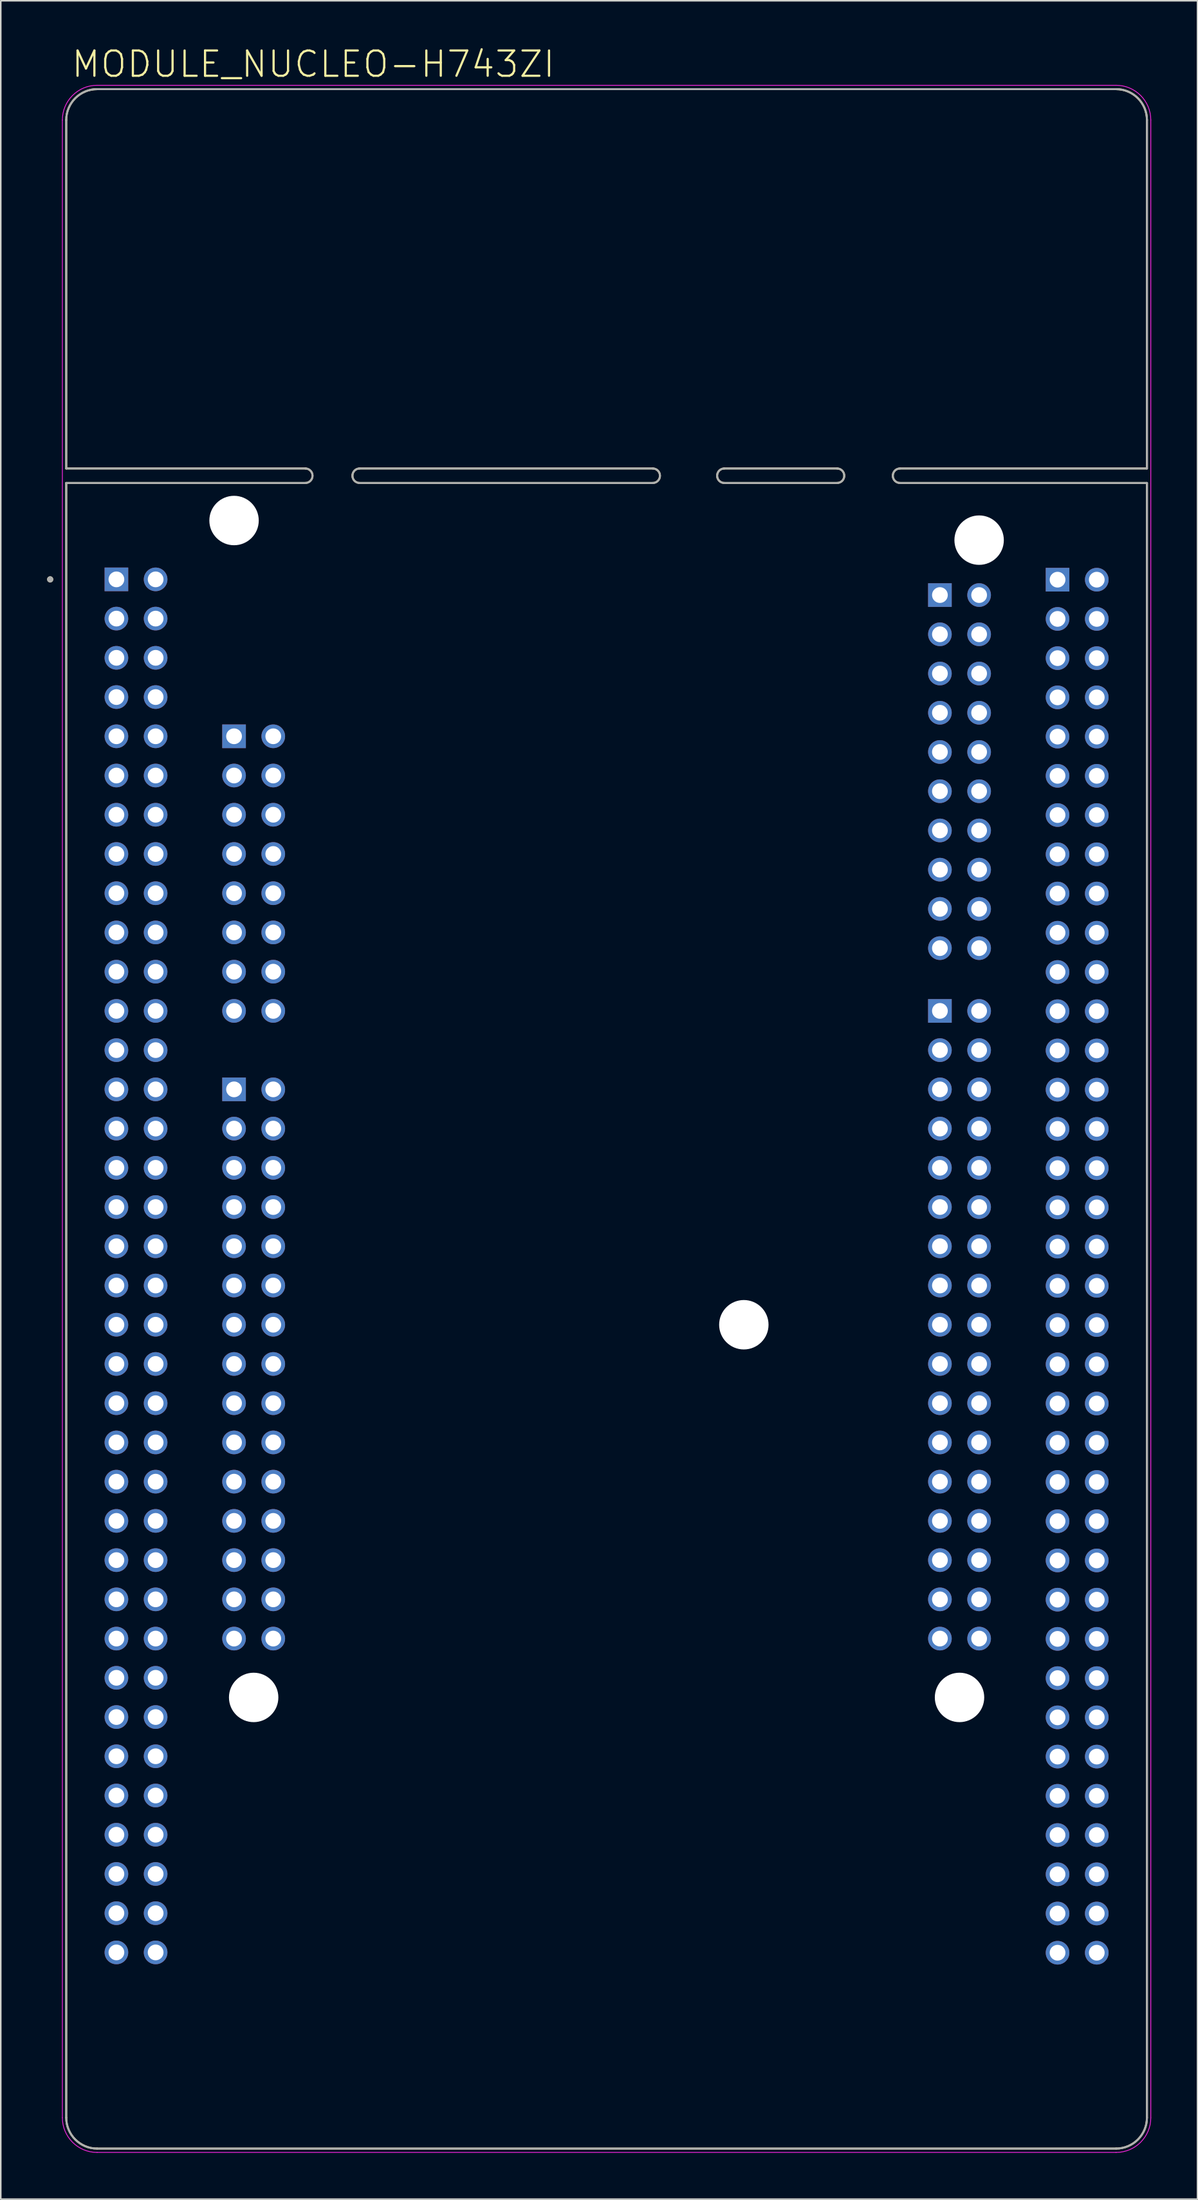
<source format=kicad_pcb>
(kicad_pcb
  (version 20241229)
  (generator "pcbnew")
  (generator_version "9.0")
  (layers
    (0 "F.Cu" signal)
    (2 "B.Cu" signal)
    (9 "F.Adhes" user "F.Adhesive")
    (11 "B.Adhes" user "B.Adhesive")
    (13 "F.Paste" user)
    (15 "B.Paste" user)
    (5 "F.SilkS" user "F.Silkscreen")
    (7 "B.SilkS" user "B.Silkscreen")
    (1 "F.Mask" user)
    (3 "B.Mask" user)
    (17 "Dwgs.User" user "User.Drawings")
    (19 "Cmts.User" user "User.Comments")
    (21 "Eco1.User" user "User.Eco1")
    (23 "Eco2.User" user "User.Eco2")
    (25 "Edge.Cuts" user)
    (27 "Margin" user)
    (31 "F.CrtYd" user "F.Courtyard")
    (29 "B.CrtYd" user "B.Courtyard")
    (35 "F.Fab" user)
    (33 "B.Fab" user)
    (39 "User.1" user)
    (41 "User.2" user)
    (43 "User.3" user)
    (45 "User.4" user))
  (footprint "MODULE_NUCLEO-H743ZI"
    (layer "F.Cu")
    (at 36.24 69.392)
    (property "Reference" "MODULE_NUCLEO-H743ZI" (at -34.75 -67.33 0) (layer "F.SilkS") (effects (font (size 1.636 1.636) (thickness 0.142)) (justify left bottom)))
    (fp_line (start -35 -64.67) (end -35 -42.11) (stroke (width 0.127) (type solid)) (layer "F.SilkS"))
    (fp_line (start -35 -42.11) (end -19.507 -42.11) (stroke (width 0.127) (type solid)) (layer "F.SilkS"))
    (fp_line (start -35 -41.17) (end -35 64.67) (stroke (width 0.127) (type solid)) (layer "F.SilkS"))
    (fp_line (start -35 -41.17) (end -19.507 -41.17) (stroke (width 0.127) (type solid)) (layer "F.SilkS"))
    (fp_line (start -33 66.67) (end 33 66.67) (stroke (width 0.127) (type solid)) (layer "F.SilkS"))
    (fp_line (start -16.002 -42.11) (end 2.997 -42.11) (stroke (width 0.127) (type solid)) (layer "F.SilkS"))
    (fp_line (start -16.002 -41.17) (end 2.997 -41.17) (stroke (width 0.127) (type solid)) (layer "F.SilkS"))
    (fp_line (start 7.62 -42.11) (end 14.935 -42.11) (stroke (width 0.127) (type solid)) (layer "F.SilkS"))
    (fp_line (start 7.62 -41.17) (end 14.935 -41.17) (stroke (width 0.127) (type solid)) (layer "F.SilkS"))
    (fp_line (start 18.999 -42.11) (end 35 -42.11) (stroke (width 0.127) (type solid)) (layer "F.SilkS"))
    (fp_line (start 18.999 -41.17) (end 35 -41.17) (stroke (width 0.127) (type solid)) (layer "F.SilkS"))
    (fp_line (start 33 -66.67) (end -33 -66.67) (stroke (width 0.127) (type solid)) (layer "F.SilkS"))
    (fp_line (start 35 -42.11) (end 35 -64.67) (stroke (width 0.127) (type solid)) (layer "F.SilkS"))
    (fp_line (start 35 64.67) (end 35 -41.17) (stroke (width 0.127) (type solid)) (layer "F.SilkS"))
    (fp_arc (start -35 -64.67) (mid -34.414214 -66.084214) (end -33 -66.67) (stroke (width 0.127) (type solid)) (layer "F.SilkS"))
    (fp_arc (start -33 66.67) (mid -34.414214 66.084214) (end -35 64.67) (stroke (width 0.127) (type solid)) (layer "F.SilkS"))
    (fp_arc (start -19.5072 -42.11) (mid -19.044602 -41.64) (end -19.507199 -41.17) (stroke (width 0.127) (type solid)) (layer "F.SilkS"))
    (fp_arc (start -16.002 -41.17) (mid -16.464597 -41.64) (end -16.001999 -42.11) (stroke (width 0.127) (type solid)) (layer "F.SilkS"))
    (fp_arc (start 2.9972 -42.11) (mid 3.459797 -41.64) (end 2.997199 -41.17) (stroke (width 0.127) (type solid)) (layer "F.SilkS"))
    (fp_arc (start 7.62 -41.17) (mid 7.157402 -41.64) (end 7.619999 -42.11) (stroke (width 0.127) (type solid)) (layer "F.SilkS"))
    (fp_arc (start 14.9352 -42.11) (mid 15.397797 -41.64) (end 14.935199 -41.17) (stroke (width 0.127) (type solid)) (layer "F.SilkS"))
    (fp_arc (start 18.9992 -41.17) (mid 18.536602 -41.64) (end 18.999199 -42.11) (stroke (width 0.127) (type solid)) (layer "F.SilkS"))
    (fp_arc (start 33 -66.67) (mid 34.414214 -66.084214) (end 35 -64.67) (stroke (width 0.127) (type solid)) (layer "F.SilkS"))
    (fp_arc (start 35 64.67) (mid 34.414214 66.084214) (end 33 66.67) (stroke (width 0.127) (type solid)) (layer "F.SilkS"))
    (fp_circle (center -36.04 -34.93) (end -35.94 -34.93) (stroke (width 0.2) (type solid)) (fill no) (layer "F.SilkS"))
    (fp_line (start -35.25 -64.67) (end -35.25 64.67) (stroke (width 0.05) (type solid)) (layer "F.CrtYd"))
    (fp_line (start -33 66.92) (end 33 66.92) (stroke (width 0.05) (type solid)) (layer "F.CrtYd"))
    (fp_line (start 33 -66.92) (end -33 -66.92) (stroke (width 0.05) (type solid)) (layer "F.CrtYd"))
    (fp_line (start 35.25 64.67) (end 35.25 -64.67) (stroke (width 0.05) (type solid)) (layer "F.CrtYd"))
    (fp_arc (start -35.25 -64.67) (mid -34.59099 -66.26099) (end -33 -66.92) (stroke (width 0.05) (type solid)) (layer "F.CrtYd"))
    (fp_arc (start -33 66.92) (mid -34.59099 66.26099) (end -35.25 64.67) (stroke (width 0.05) (type solid)) (layer "F.CrtYd"))
    (fp_arc (start 33 -66.92) (mid 34.59099 -66.26099) (end 35.25 -64.67) (stroke (width 0.05) (type solid)) (layer "F.CrtYd"))
    (fp_arc (start 35.25 64.67) (mid 34.59099 66.26099) (end 33 66.92) (stroke (width 0.05) (type solid)) (layer "F.CrtYd"))
    (fp_line (start -35 -64.67) (end -35 -42.11) (stroke (width 0.127) (type solid)) (layer "F.Fab"))
    (fp_line (start -35 -42.11) (end -19.507 -42.11) (stroke (width 0.127) (type solid)) (layer "F.Fab"))
    (fp_line (start -35 -41.17) (end -35 64.67) (stroke (width 0.127) (type solid)) (layer "F.Fab"))
    (fp_line (start -35 -41.17) (end -19.507 -41.17) (stroke (width 0.127) (type solid)) (layer "F.Fab"))
    (fp_line (start -33 66.67) (end 33 66.67) (stroke (width 0.127) (type solid)) (layer "F.Fab"))
    (fp_line (start -16.002 -42.11) (end 2.997 -42.11) (stroke (width 0.127) (type solid)) (layer "F.Fab"))
    (fp_line (start -16.002 -41.17) (end 2.997 -41.17) (stroke (width 0.127) (type solid)) (layer "F.Fab"))
    (fp_line (start 7.62 -42.11) (end 14.935 -42.11) (stroke (width 0.127) (type solid)) (layer "F.Fab"))
    (fp_line (start 7.62 -41.17) (end 14.935 -41.17) (stroke (width 0.127) (type solid)) (layer "F.Fab"))
    (fp_line (start 18.999 -42.11) (end 35 -42.11) (stroke (width 0.127) (type solid)) (layer "F.Fab"))
    (fp_line (start 18.999 -41.17) (end 35 -41.17) (stroke (width 0.127) (type solid)) (layer "F.Fab"))
    (fp_line (start 33 -66.67) (end -33 -66.67) (stroke (width 0.127) (type solid)) (layer "F.Fab"))
    (fp_line (start 35 -42.11) (end 35 -64.67) (stroke (width 0.127) (type solid)) (layer "F.Fab"))
    (fp_line (start 35 64.67) (end 35 -41.17) (stroke (width 0.127) (type solid)) (layer "F.Fab"))
    (fp_arc (start -35 -64.67) (mid -34.414214 -66.084214) (end -33 -66.67) (stroke (width 0.127) (type solid)) (layer "F.Fab"))
    (fp_arc (start -33 66.67) (mid -34.414214 66.084214) (end -35 64.67) (stroke (width 0.127) (type solid)) (layer "F.Fab"))
    (fp_arc (start -19.5072 -42.11) (mid -19.044602 -41.64) (end -19.507199 -41.17) (stroke (width 0.127) (type solid)) (layer "F.Fab"))
    (fp_arc (start -16.002 -41.17) (mid -16.464597 -41.64) (end -16.001999 -42.11) (stroke (width 0.127) (type solid)) (layer "F.Fab"))
    (fp_arc (start 2.9972 -42.11) (mid 3.459797 -41.64) (end 2.997199 -41.17) (stroke (width 0.127) (type solid)) (layer "F.Fab"))
    (fp_arc (start 7.62 -41.17) (mid 7.157402 -41.64) (end 7.619999 -42.11) (stroke (width 0.127) (type solid)) (layer "F.Fab"))
    (fp_arc (start 14.9352 -42.11) (mid 15.397797 -41.64) (end 14.935199 -41.17) (stroke (width 0.127) (type solid)) (layer "F.Fab"))
    (fp_arc (start 18.9992 -41.17) (mid 18.536602 -41.64) (end 18.999199 -42.11) (stroke (width 0.127) (type solid)) (layer "F.Fab"))
    (fp_arc (start 33 -66.67) (mid 34.414214 -66.084214) (end 35 -64.67) (stroke (width 0.127) (type solid)) (layer "F.Fab"))
    (fp_arc (start 35 64.67) (mid 34.414214 66.084214) (end 33 66.67) (stroke (width 0.127) (type solid)) (layer "F.Fab"))
    (fp_circle (center -36.04 -34.93) (end -35.94 -34.93) (stroke (width 0.2) (type solid)) (fill no) (layer "F.Fab"))
    (pad "" np_thru_hole circle (at -24.13 -38.74) (size 3.2 3.2) (drill 3.2) (layers "*.Cu" "*.Mask"))
    (pad "" np_thru_hole circle (at -22.86 37.46) (size 3.2 3.2) (drill 3.2) (layers "*.Cu" "*.Mask"))
    (pad "" np_thru_hole circle (at 8.89 13.33) (size 3.2 3.2) (drill 3.2) (layers "*.Cu" "*.Mask"))
    (pad "" np_thru_hole circle (at 22.86 37.46) (size 3.2 3.2) (drill 3.2) (layers "*.Cu" "*.Mask"))
    (pad "" np_thru_hole circle (at 24.13 -37.47) (size 3.2 3.2) (drill 3.2) (layers "*.Cu" "*.Mask"))
    (pad "CN7_1" thru_hole rect (at 21.59 -33.914) (size 1.53 1.53) (drill 1.02) (layers "*.Cu" "*.Mask"))
    (pad "CN7_2" thru_hole circle (at 24.13 -33.914) (size 1.53 1.53) (drill 1.02) (layers "*.Cu" "*.Mask"))
    (pad "CN7_3" thru_hole circle (at 21.59 -31.374) (size 1.53 1.53) (drill 1.02) (layers "*.Cu" "*.Mask"))
    (pad "CN7_4" thru_hole circle (at 24.13 -31.374) (size 1.53 1.53) (drill 1.02) (layers "*.Cu" "*.Mask"))
    (pad "CN7_5" thru_hole circle (at 21.59 -28.834) (size 1.53 1.53) (drill 1.02) (layers "*.Cu" "*.Mask"))
    (pad "CN7_6" thru_hole circle (at 24.13 -28.834) (size 1.53 1.53) (drill 1.02) (layers "*.Cu" "*.Mask"))
    (pad "CN7_7" thru_hole circle (at 21.59 -26.294) (size 1.53 1.53) (drill 1.02) (layers "*.Cu" "*.Mask"))
    (pad "CN7_8" thru_hole circle (at 24.13 -26.294) (size 1.53 1.53) (drill 1.02) (layers "*.Cu" "*.Mask"))
    (pad "CN7_9" thru_hole circle (at 21.59 -23.754) (size 1.53 1.53) (drill 1.02) (layers "*.Cu" "*.Mask"))
    (pad "CN7_10" thru_hole circle (at 24.13 -23.754) (size 1.53 1.53) (drill 1.02) (layers "*.Cu" "*.Mask"))
    (pad "CN7_11" thru_hole circle (at 21.59 -21.214) (size 1.53 1.53) (drill 1.02) (layers "*.Cu" "*.Mask"))
    (pad "CN7_12" thru_hole circle (at 24.13 -21.214) (size 1.53 1.53) (drill 1.02) (layers "*.Cu" "*.Mask"))
    (pad "CN7_13" thru_hole circle (at 21.59 -18.674) (size 1.53 1.53) (drill 1.02) (layers "*.Cu" "*.Mask"))
    (pad "CN7_14" thru_hole circle (at 24.13 -18.674) (size 1.53 1.53) (drill 1.02) (layers "*.Cu" "*.Mask"))
    (pad "CN7_15" thru_hole circle (at 21.59 -16.134) (size 1.53 1.53) (drill 1.02) (layers "*.Cu" "*.Mask"))
    (pad "CN7_16" thru_hole circle (at 24.13 -16.134) (size 1.53 1.53) (drill 1.02) (layers "*.Cu" "*.Mask"))
    (pad "CN7_17" thru_hole circle (at 21.59 -13.594) (size 1.53 1.53) (drill 1.02) (layers "*.Cu" "*.Mask"))
    (pad "CN7_18" thru_hole circle (at 24.13 -13.594) (size 1.53 1.53) (drill 1.02) (layers "*.Cu" "*.Mask"))
    (pad "CN7_19" thru_hole circle (at 21.59 -11.054) (size 1.53 1.53) (drill 1.02) (layers "*.Cu" "*.Mask"))
    (pad "CN7_20" thru_hole circle (at 24.13 -11.054) (size 1.53 1.53) (drill 1.02) (layers "*.Cu" "*.Mask"))
    (pad "CN8_1" thru_hole rect (at -24.13 -24.77) (size 1.53 1.53) (drill 1.02) (layers "*.Cu" "*.Mask"))
    (pad "CN8_2" thru_hole circle (at -21.59 -24.77) (size 1.53 1.53) (drill 1.02) (layers "*.Cu" "*.Mask"))
    (pad "CN8_3" thru_hole circle (at -24.13 -22.23) (size 1.53 1.53) (drill 1.02) (layers "*.Cu" "*.Mask"))
    (pad "CN8_4" thru_hole circle (at -21.59 -22.23) (size 1.53 1.53) (drill 1.02) (layers "*.Cu" "*.Mask"))
    (pad "CN8_5" thru_hole circle (at -24.13 -19.69) (size 1.53 1.53) (drill 1.02) (layers "*.Cu" "*.Mask"))
    (pad "CN8_6" thru_hole circle (at -21.59 -19.69) (size 1.53 1.53) (drill 1.02) (layers "*.Cu" "*.Mask"))
    (pad "CN8_7" thru_hole circle (at -24.13 -17.15) (size 1.53 1.53) (drill 1.02) (layers "*.Cu" "*.Mask"))
    (pad "CN8_8" thru_hole circle (at -21.59 -17.15) (size 1.53 1.53) (drill 1.02) (layers "*.Cu" "*.Mask"))
    (pad "CN8_9" thru_hole circle (at -24.13 -14.61) (size 1.53 1.53) (drill 1.02) (layers "*.Cu" "*.Mask"))
    (pad "CN8_10" thru_hole circle (at -21.59 -14.61) (size 1.53 1.53) (drill 1.02) (layers "*.Cu" "*.Mask"))
    (pad "CN8_11" thru_hole circle (at -24.13 -12.07) (size 1.53 1.53) (drill 1.02) (layers "*.Cu" "*.Mask"))
    (pad "CN8_12" thru_hole circle (at -21.59 -12.07) (size 1.53 1.53) (drill 1.02) (layers "*.Cu" "*.Mask"))
    (pad "CN8_13" thru_hole circle (at -24.13 -9.53) (size 1.53 1.53) (drill 1.02) (layers "*.Cu" "*.Mask"))
    (pad "CN8_14" thru_hole circle (at -21.59 -9.53) (size 1.53 1.53) (drill 1.02) (layers "*.Cu" "*.Mask"))
    (pad "CN8_15" thru_hole circle (at -24.13 -6.99) (size 1.53 1.53) (drill 1.02) (layers "*.Cu" "*.Mask"))
    (pad "CN8_16" thru_hole circle (at -21.59 -6.99) (size 1.53 1.53) (drill 1.02) (layers "*.Cu" "*.Mask"))
    (pad "CN9_1" thru_hole rect (at -24.13 -1.91) (size 1.53 1.53) (drill 1.02) (layers "*.Cu" "*.Mask"))
    (pad "CN9_2" thru_hole circle (at -21.59 -1.91) (size 1.53 1.53) (drill 1.02) (layers "*.Cu" "*.Mask"))
    (pad "CN9_3" thru_hole circle (at -24.13 0.63) (size 1.53 1.53) (drill 1.02) (layers "*.Cu" "*.Mask"))
    (pad "CN9_4" thru_hole circle (at -21.59 0.63) (size 1.53 1.53) (drill 1.02) (layers "*.Cu" "*.Mask"))
    (pad "CN9_5" thru_hole circle (at -24.13 3.17) (size 1.53 1.53) (drill 1.02) (layers "*.Cu" "*.Mask"))
    (pad "CN9_6" thru_hole circle (at -21.59 3.17) (size 1.53 1.53) (drill 1.02) (layers "*.Cu" "*.Mask"))
    (pad "CN9_7" thru_hole circle (at -24.13 5.71) (size 1.53 1.53) (drill 1.02) (layers "*.Cu" "*.Mask"))
    (pad "CN9_8" thru_hole circle (at -21.59 5.71) (size 1.53 1.53) (drill 1.02) (layers "*.Cu" "*.Mask"))
    (pad "CN9_9" thru_hole circle (at -24.13 8.25) (size 1.53 1.53) (drill 1.02) (layers "*.Cu" "*.Mask"))
    (pad "CN9_10" thru_hole circle (at -21.59 8.25) (size 1.53 1.53) (drill 1.02) (layers "*.Cu" "*.Mask"))
    (pad "CN9_11" thru_hole circle (at -24.13 10.79) (size 1.53 1.53) (drill 1.02) (layers "*.Cu" "*.Mask"))
    (pad "CN9_12" thru_hole circle (at -21.59 10.79) (size 1.53 1.53) (drill 1.02) (layers "*.Cu" "*.Mask"))
    (pad "CN9_13" thru_hole circle (at -24.13 13.33) (size 1.53 1.53) (drill 1.02) (layers "*.Cu" "*.Mask"))
    (pad "CN9_14" thru_hole circle (at -21.59 13.33) (size 1.53 1.53) (drill 1.02) (layers "*.Cu" "*.Mask"))
    (pad "CN9_15" thru_hole circle (at -24.13 15.87) (size 1.53 1.53) (drill 1.02) (layers "*.Cu" "*.Mask"))
    (pad "CN9_16" thru_hole circle (at -21.59 15.87) (size 1.53 1.53) (drill 1.02) (layers "*.Cu" "*.Mask"))
    (pad "CN9_17" thru_hole circle (at -24.13 18.41) (size 1.53 1.53) (drill 1.02) (layers "*.Cu" "*.Mask"))
    (pad "CN9_18" thru_hole circle (at -21.59 18.41) (size 1.53 1.53) (drill 1.02) (layers "*.Cu" "*.Mask"))
    (pad "CN9_19" thru_hole circle (at -24.13 20.95) (size 1.53 1.53) (drill 1.02) (layers "*.Cu" "*.Mask"))
    (pad "CN9_20" thru_hole circle (at -21.59 20.95) (size 1.53 1.53) (drill 1.02) (layers "*.Cu" "*.Mask"))
    (pad "CN9_21" thru_hole circle (at -24.13 23.49) (size 1.53 1.53) (drill 1.02) (layers "*.Cu" "*.Mask"))
    (pad "CN9_22" thru_hole circle (at -21.59 23.49) (size 1.53 1.53) (drill 1.02) (layers "*.Cu" "*.Mask"))
    (pad "CN9_23" thru_hole circle (at -24.13 26.03) (size 1.53 1.53) (drill 1.02) (layers "*.Cu" "*.Mask"))
    (pad "CN9_24" thru_hole circle (at -21.59 26.03) (size 1.53 1.53) (drill 1.02) (layers "*.Cu" "*.Mask"))
    (pad "CN9_25" thru_hole circle (at -24.13 28.57) (size 1.53 1.53) (drill 1.02) (layers "*.Cu" "*.Mask"))
    (pad "CN9_26" thru_hole circle (at -21.59 28.57) (size 1.53 1.53) (drill 1.02) (layers "*.Cu" "*.Mask"))
    (pad "CN9_27" thru_hole circle (at -24.13 31.11) (size 1.53 1.53) (drill 1.02) (layers "*.Cu" "*.Mask"))
    (pad "CN9_28" thru_hole circle (at -21.59 31.11) (size 1.53 1.53) (drill 1.02) (layers "*.Cu" "*.Mask"))
    (pad "CN9_29" thru_hole circle (at -24.13 33.65) (size 1.53 1.53) (drill 1.02) (layers "*.Cu" "*.Mask"))
    (pad "CN9_30" thru_hole circle (at -21.59 33.65) (size 1.53 1.53) (drill 1.02) (layers "*.Cu" "*.Mask"))
    (pad "CN10_1" thru_hole rect (at 21.59 -6.99) (size 1.53 1.53) (drill 1.02) (layers "*.Cu" "*.Mask"))
    (pad "CN10_2" thru_hole circle (at 24.13 -6.99) (size 1.53 1.53) (drill 1.02) (layers "*.Cu" "*.Mask"))
    (pad "CN10_3" thru_hole circle (at 21.59 -4.45) (size 1.53 1.53) (drill 1.02) (layers "*.Cu" "*.Mask"))
    (pad "CN10_4" thru_hole circle (at 24.13 -4.45) (size 1.53 1.53) (drill 1.02) (layers "*.Cu" "*.Mask"))
    (pad "CN10_5" thru_hole circle (at 21.59 -1.91) (size 1.53 1.53) (drill 1.02) (layers "*.Cu" "*.Mask"))
    (pad "CN10_6" thru_hole circle (at 24.13 -1.91) (size 1.53 1.53) (drill 1.02) (layers "*.Cu" "*.Mask"))
    (pad "CN10_7" thru_hole circle (at 21.59 0.63) (size 1.53 1.53) (drill 1.02) (layers "*.Cu" "*.Mask"))
    (pad "CN10_8" thru_hole circle (at 24.13 0.63) (size 1.53 1.53) (drill 1.02) (layers "*.Cu" "*.Mask"))
    (pad "CN10_9" thru_hole circle (at 21.59 3.17) (size 1.53 1.53) (drill 1.02) (layers "*.Cu" "*.Mask"))
    (pad "CN10_10" thru_hole circle (at 24.13 3.17) (size 1.53 1.53) (drill 1.02) (layers "*.Cu" "*.Mask"))
    (pad "CN10_11" thru_hole circle (at 21.59 5.71) (size 1.53 1.53) (drill 1.02) (layers "*.Cu" "*.Mask"))
    (pad "CN10_12" thru_hole circle (at 24.13 5.71) (size 1.53 1.53) (drill 1.02) (layers "*.Cu" "*.Mask"))
    (pad "CN10_13" thru_hole circle (at 21.59 8.25) (size 1.53 1.53) (drill 1.02) (layers "*.Cu" "*.Mask"))
    (pad "CN10_14" thru_hole circle (at 24.13 8.25) (size 1.53 1.53) (drill 1.02) (layers "*.Cu" "*.Mask"))
    (pad "CN10_15" thru_hole circle (at 21.59 10.79) (size 1.53 1.53) (drill 1.02) (layers "*.Cu" "*.Mask"))
    (pad "CN10_16" thru_hole circle (at 24.13 10.79) (size 1.53 1.53) (drill 1.02) (layers "*.Cu" "*.Mask"))
    (pad "CN10_17" thru_hole circle (at 21.59 13.33) (size 1.53 1.53) (drill 1.02) (layers "*.Cu" "*.Mask"))
    (pad "CN10_18" thru_hole circle (at 24.13 13.33) (size 1.53 1.53) (drill 1.02) (layers "*.Cu" "*.Mask"))
    (pad "CN10_19" thru_hole circle (at 21.59 15.87) (size 1.53 1.53) (drill 1.02) (layers "*.Cu" "*.Mask"))
    (pad "CN10_20" thru_hole circle (at 24.13 15.87) (size 1.53 1.53) (drill 1.02) (layers "*.Cu" "*.Mask"))
    (pad "CN10_21" thru_hole circle (at 21.59 18.41) (size 1.53 1.53) (drill 1.02) (layers "*.Cu" "*.Mask"))
    (pad "CN10_22" thru_hole circle (at 24.13 18.41) (size 1.53 1.53) (drill 1.02) (layers "*.Cu" "*.Mask"))
    (pad "CN10_23" thru_hole circle (at 21.59 20.95) (size 1.53 1.53) (drill 1.02) (layers "*.Cu" "*.Mask"))
    (pad "CN10_24" thru_hole circle (at 24.13 20.95) (size 1.53 1.53) (drill 1.02) (layers "*.Cu" "*.Mask"))
    (pad "CN10_25" thru_hole circle (at 21.59 23.49) (size 1.53 1.53) (drill 1.02) (layers "*.Cu" "*.Mask"))
    (pad "CN10_26" thru_hole circle (at 24.13 23.49) (size 1.53 1.53) (drill 1.02) (layers "*.Cu" "*.Mask"))
    (pad "CN10_27" thru_hole circle (at 21.59 26.03) (size 1.53 1.53) (drill 1.02) (layers "*.Cu" "*.Mask"))
    (pad "CN10_28" thru_hole circle (at 24.13 26.03) (size 1.53 1.53) (drill 1.02) (layers "*.Cu" "*.Mask"))
    (pad "CN10_29" thru_hole circle (at 21.59 28.57) (size 1.53 1.53) (drill 1.02) (layers "*.Cu" "*.Mask"))
    (pad "CN10_30" thru_hole circle (at 24.13 28.57) (size 1.53 1.53) (drill 1.02) (layers "*.Cu" "*.Mask"))
    (pad "CN10_31" thru_hole circle (at 21.59 31.11) (size 1.53 1.53) (drill 1.02) (layers "*.Cu" "*.Mask"))
    (pad "CN10_32" thru_hole circle (at 24.13 31.11) (size 1.53 1.53) (drill 1.02) (layers "*.Cu" "*.Mask"))
    (pad "CN10_33" thru_hole circle (at 21.59 33.65) (size 1.53 1.53) (drill 1.02) (layers "*.Cu" "*.Mask"))
    (pad "CN10_34" thru_hole circle (at 24.13 33.65) (size 1.53 1.53) (drill 1.02) (layers "*.Cu" "*.Mask"))
    (pad "CN11_1" thru_hole rect (at -31.75 -34.93) (size 1.53 1.53) (drill 1.02) (layers "*.Cu" "*.Mask"))
    (pad "CN11_2" thru_hole circle (at -29.21 -34.93) (size 1.53 1.53) (drill 1.02) (layers "*.Cu" "*.Mask"))
    (pad "CN11_3" thru_hole circle (at -31.75 -32.39) (size 1.53 1.53) (drill 1.02) (layers "*.Cu" "*.Mask"))
    (pad "CN11_4" thru_hole circle (at -29.21 -32.39) (size 1.53 1.53) (drill 1.02) (layers "*.Cu" "*.Mask"))
    (pad "CN11_5" thru_hole circle (at -31.75 -29.85) (size 1.53 1.53) (drill 1.02) (layers "*.Cu" "*.Mask"))
    (pad "CN11_6" thru_hole circle (at -29.21 -29.85) (size 1.53 1.53) (drill 1.02) (layers "*.Cu" "*.Mask"))
    (pad "CN11_7" thru_hole circle (at -31.75 -27.31) (size 1.53 1.53) (drill 1.02) (layers "*.Cu" "*.Mask"))
    (pad "CN11_8" thru_hole circle (at -29.21 -27.31) (size 1.53 1.53) (drill 1.02) (layers "*.Cu" "*.Mask"))
    (pad "CN11_9" thru_hole circle (at -31.75 -24.77) (size 1.53 1.53) (drill 1.02) (layers "*.Cu" "*.Mask"))
    (pad "CN11_10" thru_hole circle (at -29.21 -24.77) (size 1.53 1.53) (drill 1.02) (layers "*.Cu" "*.Mask"))
    (pad "CN11_11" thru_hole circle (at -31.75 -22.23) (size 1.53 1.53) (drill 1.02) (layers "*.Cu" "*.Mask"))
    (pad "CN11_12" thru_hole circle (at -29.21 -22.23) (size 1.53 1.53) (drill 1.02) (layers "*.Cu" "*.Mask"))
    (pad "CN11_13" thru_hole circle (at -31.75 -19.69) (size 1.53 1.53) (drill 1.02) (layers "*.Cu" "*.Mask"))
    (pad "CN11_14" thru_hole circle (at -29.21 -19.69) (size 1.53 1.53) (drill 1.02) (layers "*.Cu" "*.Mask"))
    (pad "CN11_15" thru_hole circle (at -31.75 -17.15) (size 1.53 1.53) (drill 1.02) (layers "*.Cu" "*.Mask"))
    (pad "CN11_16" thru_hole circle (at -29.21 -17.15) (size 1.53 1.53) (drill 1.02) (layers "*.Cu" "*.Mask"))
    (pad "CN11_17" thru_hole circle (at -31.75 -14.61) (size 1.53 1.53) (drill 1.02) (layers "*.Cu" "*.Mask"))
    (pad "CN11_18" thru_hole circle (at -29.21 -14.61) (size 1.53 1.53) (drill 1.02) (layers "*.Cu" "*.Mask"))
    (pad "CN11_19" thru_hole circle (at -31.75 -12.07) (size 1.53 1.53) (drill 1.02) (layers "*.Cu" "*.Mask"))
    (pad "CN11_20" thru_hole circle (at -29.21 -12.07) (size 1.53 1.53) (drill 1.02) (layers "*.Cu" "*.Mask"))
    (pad "CN11_21" thru_hole circle (at -31.75 -9.53) (size 1.53 1.53) (drill 1.02) (layers "*.Cu" "*.Mask"))
    (pad "CN11_22" thru_hole circle (at -29.21 -9.53) (size 1.53 1.53) (drill 1.02) (layers "*.Cu" "*.Mask"))
    (pad "CN11_23" thru_hole circle (at -31.75 -6.99) (size 1.53 1.53) (drill 1.02) (layers "*.Cu" "*.Mask"))
    (pad "CN11_24" thru_hole circle (at -29.21 -6.99) (size 1.53 1.53) (drill 1.02) (layers "*.Cu" "*.Mask"))
    (pad "CN11_25" thru_hole circle (at -31.75 -4.45) (size 1.53 1.53) (drill 1.02) (layers "*.Cu" "*.Mask"))
    (pad "CN11_26" thru_hole circle (at -29.21 -4.45) (size 1.53 1.53) (drill 1.02) (layers "*.Cu" "*.Mask"))
    (pad "CN11_27" thru_hole circle (at -31.75 -1.91) (size 1.53 1.53) (drill 1.02) (layers "*.Cu" "*.Mask"))
    (pad "CN11_28" thru_hole circle (at -29.21 -1.91) (size 1.53 1.53) (drill 1.02) (layers "*.Cu" "*.Mask"))
    (pad "CN11_29" thru_hole circle (at -31.75 0.63) (size 1.53 1.53) (drill 1.02) (layers "*.Cu" "*.Mask"))
    (pad "CN11_30" thru_hole circle (at -29.21 0.63) (size 1.53 1.53) (drill 1.02) (layers "*.Cu" "*.Mask"))
    (pad "CN11_31" thru_hole circle (at -31.75 3.17) (size 1.53 1.53) (drill 1.02) (layers "*.Cu" "*.Mask"))
    (pad "CN11_32" thru_hole circle (at -29.21 3.17) (size 1.53 1.53) (drill 1.02) (layers "*.Cu" "*.Mask"))
    (pad "CN11_33" thru_hole circle (at -31.75 5.71) (size 1.53 1.53) (drill 1.02) (layers "*.Cu" "*.Mask"))
    (pad "CN11_34" thru_hole circle (at -29.21 5.71) (size 1.53 1.53) (drill 1.02) (layers "*.Cu" "*.Mask"))
    (pad "CN11_35" thru_hole circle (at -31.75 8.25) (size 1.53 1.53) (drill 1.02) (layers "*.Cu" "*.Mask"))
    (pad "CN11_36" thru_hole circle (at -29.21 8.25) (size 1.53 1.53) (drill 1.02) (layers "*.Cu" "*.Mask"))
    (pad "CN11_37" thru_hole circle (at -31.75 10.79) (size 1.53 1.53) (drill 1.02) (layers "*.Cu" "*.Mask"))
    (pad "CN11_38" thru_hole circle (at -29.21 10.79) (size 1.53 1.53) (drill 1.02) (layers "*.Cu" "*.Mask"))
    (pad "CN11_39" thru_hole circle (at -31.75 13.33) (size 1.53 1.53) (drill 1.02) (layers "*.Cu" "*.Mask"))
    (pad "CN11_40" thru_hole circle (at -29.21 13.33) (size 1.53 1.53) (drill 1.02) (layers "*.Cu" "*.Mask"))
    (pad "CN11_41" thru_hole circle (at -31.75 15.87) (size 1.53 1.53) (drill 1.02) (layers "*.Cu" "*.Mask"))
    (pad "CN11_42" thru_hole circle (at -29.21 15.87) (size 1.53 1.53) (drill 1.02) (layers "*.Cu" "*.Mask"))
    (pad "CN11_43" thru_hole circle (at -31.75 18.41) (size 1.53 1.53) (drill 1.02) (layers "*.Cu" "*.Mask"))
    (pad "CN11_44" thru_hole circle (at -29.21 18.41) (size 1.53 1.53) (drill 1.02) (layers "*.Cu" "*.Mask"))
    (pad "CN11_45" thru_hole circle (at -31.75 20.95) (size 1.53 1.53) (drill 1.02) (layers "*.Cu" "*.Mask"))
    (pad "CN11_46" thru_hole circle (at -29.21 20.95) (size 1.53 1.53) (drill 1.02) (layers "*.Cu" "*.Mask"))
    (pad "CN11_47" thru_hole circle (at -31.75 23.49) (size 1.53 1.53) (drill 1.02) (layers "*.Cu" "*.Mask"))
    (pad "CN11_48" thru_hole circle (at -29.21 23.49) (size 1.53 1.53) (drill 1.02) (layers "*.Cu" "*.Mask"))
    (pad "CN11_49" thru_hole circle (at -31.75 26.03) (size 1.53 1.53) (drill 1.02) (layers "*.Cu" "*.Mask"))
    (pad "CN11_50" thru_hole circle (at -29.21 26.03) (size 1.53 1.53) (drill 1.02) (layers "*.Cu" "*.Mask"))
    (pad "CN11_51" thru_hole circle (at -31.75 28.57) (size 1.53 1.53) (drill 1.02) (layers "*.Cu" "*.Mask"))
    (pad "CN11_52" thru_hole circle (at -29.21 28.57) (size 1.53 1.53) (drill 1.02) (layers "*.Cu" "*.Mask"))
    (pad "CN11_53" thru_hole circle (at -31.75 31.11) (size 1.53 1.53) (drill 1.02) (layers "*.Cu" "*.Mask"))
    (pad "CN11_54" thru_hole circle (at -29.21 31.11) (size 1.53 1.53) (drill 1.02) (layers "*.Cu" "*.Mask"))
    (pad "CN11_55" thru_hole circle (at -31.75 33.65) (size 1.53 1.53) (drill 1.02) (layers "*.Cu" "*.Mask"))
    (pad "CN11_56" thru_hole circle (at -29.21 33.65) (size 1.53 1.53) (drill 1.02) (layers "*.Cu" "*.Mask"))
    (pad "CN11_57" thru_hole circle (at -31.75 36.19) (size 1.53 1.53) (drill 1.02) (layers "*.Cu" "*.Mask"))
    (pad "CN11_58" thru_hole circle (at -29.21 36.19) (size 1.53 1.53) (drill 1.02) (layers "*.Cu" "*.Mask"))
    (pad "CN11_59" thru_hole circle (at -31.75 38.73) (size 1.53 1.53) (drill 1.02) (layers "*.Cu" "*.Mask"))
    (pad "CN11_60" thru_hole circle (at -29.21 38.73) (size 1.53 1.53) (drill 1.02) (layers "*.Cu" "*.Mask"))
    (pad "CN11_61" thru_hole circle (at -31.75 41.27) (size 1.53 1.53) (drill 1.02) (layers "*.Cu" "*.Mask"))
    (pad "CN11_62" thru_hole circle (at -29.21 41.27) (size 1.53 1.53) (drill 1.02) (layers "*.Cu" "*.Mask"))
    (pad "CN11_63" thru_hole circle (at -31.75 43.81) (size 1.53 1.53) (drill 1.02) (layers "*.Cu" "*.Mask"))
    (pad "CN11_64" thru_hole circle (at -29.21 43.81) (size 1.53 1.53) (drill 1.02) (layers "*.Cu" "*.Mask"))
    (pad "CN11_65" thru_hole circle (at -31.75 46.35) (size 1.53 1.53) (drill 1.02) (layers "*.Cu" "*.Mask"))
    (pad "CN11_66" thru_hole circle (at -29.21 46.35) (size 1.53 1.53) (drill 1.02) (layers "*.Cu" "*.Mask"))
    (pad "CN11_67" thru_hole circle (at -31.75 48.89) (size 1.53 1.53) (drill 1.02) (layers "*.Cu" "*.Mask"))
    (pad "CN11_68" thru_hole circle (at -29.21 48.89) (size 1.53 1.53) (drill 1.02) (layers "*.Cu" "*.Mask"))
    (pad "CN11_69" thru_hole circle (at -31.75 51.43) (size 1.53 1.53) (drill 1.02) (layers "*.Cu" "*.Mask"))
    (pad "CN11_70" thru_hole circle (at -29.21 51.43) (size 1.53 1.53) (drill 1.02) (layers "*.Cu" "*.Mask"))
    (pad "CN11_71" thru_hole circle (at -31.75 53.97) (size 1.53 1.53) (drill 1.02) (layers "*.Cu" "*.Mask"))
    (pad "CN11_72" thru_hole circle (at -29.21 53.97) (size 1.53 1.53) (drill 1.02) (layers "*.Cu" "*.Mask"))
    (pad "CN12_1" thru_hole rect (at 29.21 -34.91) (size 1.53 1.53) (drill 1.02) (layers "*.Cu" "*.Mask"))
    (pad "CN12_2" thru_hole circle (at 31.75 -34.91) (size 1.53 1.53) (drill 1.02) (layers "*.Cu" "*.Mask"))
    (pad "CN12_3" thru_hole circle (at 29.21 -32.37) (size 1.53 1.53) (drill 1.02) (layers "*.Cu" "*.Mask"))
    (pad "CN12_4" thru_hole circle (at 31.75 -32.37) (size 1.53 1.53) (drill 1.02) (layers "*.Cu" "*.Mask"))
    (pad "CN12_5" thru_hole circle (at 29.21 -29.83) (size 1.53 1.53) (drill 1.02) (layers "*.Cu" "*.Mask"))
    (pad "CN12_6" thru_hole circle (at 31.75 -29.83) (size 1.53 1.53) (drill 1.02) (layers "*.Cu" "*.Mask"))
    (pad "CN12_7" thru_hole circle (at 29.21 -27.29) (size 1.53 1.53) (drill 1.02) (layers "*.Cu" "*.Mask"))
    (pad "CN12_8" thru_hole circle (at 31.75 -27.29) (size 1.53 1.53) (drill 1.02) (layers "*.Cu" "*.Mask"))
    (pad "CN12_9" thru_hole circle (at 29.21 -24.75) (size 1.53 1.53) (drill 1.02) (layers "*.Cu" "*.Mask"))
    (pad "CN12_10" thru_hole circle (at 31.75 -24.75) (size 1.53 1.53) (drill 1.02) (layers "*.Cu" "*.Mask"))
    (pad "CN12_11" thru_hole circle (at 29.21 -22.21) (size 1.53 1.53) (drill 1.02) (layers "*.Cu" "*.Mask"))
    (pad "CN12_12" thru_hole circle (at 31.75 -22.21) (size 1.53 1.53) (drill 1.02) (layers "*.Cu" "*.Mask"))
    (pad "CN12_13" thru_hole circle (at 29.21 -19.67) (size 1.53 1.53) (drill 1.02) (layers "*.Cu" "*.Mask"))
    (pad "CN12_14" thru_hole circle (at 31.75 -19.67) (size 1.53 1.53) (drill 1.02) (layers "*.Cu" "*.Mask"))
    (pad "CN12_15" thru_hole circle (at 29.21 -17.13) (size 1.53 1.53) (drill 1.02) (layers "*.Cu" "*.Mask"))
    (pad "CN12_16" thru_hole circle (at 31.75 -17.13) (size 1.53 1.53) (drill 1.02) (layers "*.Cu" "*.Mask"))
    (pad "CN12_17" thru_hole circle (at 29.21 -14.59) (size 1.53 1.53) (drill 1.02) (layers "*.Cu" "*.Mask"))
    (pad "CN12_18" thru_hole circle (at 31.75 -14.59) (size 1.53 1.53) (drill 1.02) (layers "*.Cu" "*.Mask"))
    (pad "CN12_19" thru_hole circle (at 29.21 -12.05) (size 1.53 1.53) (drill 1.02) (layers "*.Cu" "*.Mask"))
    (pad "CN12_20" thru_hole circle (at 31.75 -12.05) (size 1.53 1.53) (drill 1.02) (layers "*.Cu" "*.Mask"))
    (pad "CN12_21" thru_hole circle (at 29.21 -9.51) (size 1.53 1.53) (drill 1.02) (layers "*.Cu" "*.Mask"))
    (pad "CN12_22" thru_hole circle (at 31.75 -9.51) (size 1.53 1.53) (drill 1.02) (layers "*.Cu" "*.Mask"))
    (pad "CN12_23" thru_hole circle (at 29.21 -6.97) (size 1.53 1.53) (drill 1.02) (layers "*.Cu" "*.Mask"))
    (pad "CN12_24" thru_hole circle (at 31.75 -6.97) (size 1.53 1.53) (drill 1.02) (layers "*.Cu" "*.Mask"))
    (pad "CN12_25" thru_hole circle (at 29.21 -4.43) (size 1.53 1.53) (drill 1.02) (layers "*.Cu" "*.Mask"))
    (pad "CN12_26" thru_hole circle (at 31.75 -4.43) (size 1.53 1.53) (drill 1.02) (layers "*.Cu" "*.Mask"))
    (pad "CN12_27" thru_hole circle (at 29.21 -1.89) (size 1.53 1.53) (drill 1.02) (layers "*.Cu" "*.Mask"))
    (pad "CN12_28" thru_hole circle (at 31.75 -1.89) (size 1.53 1.53) (drill 1.02) (layers "*.Cu" "*.Mask"))
    (pad "CN12_29" thru_hole circle (at 29.21 0.65) (size 1.53 1.53) (drill 1.02) (layers "*.Cu" "*.Mask"))
    (pad "CN12_30" thru_hole circle (at 31.75 0.65) (size 1.53 1.53) (drill 1.02) (layers "*.Cu" "*.Mask"))
    (pad "CN12_31" thru_hole circle (at 29.21 3.19) (size 1.53 1.53) (drill 1.02) (layers "*.Cu" "*.Mask"))
    (pad "CN12_32" thru_hole circle (at 31.75 3.19) (size 1.53 1.53) (drill 1.02) (layers "*.Cu" "*.Mask"))
    (pad "CN12_33" thru_hole circle (at 29.21 5.73) (size 1.53 1.53) (drill 1.02) (layers "*.Cu" "*.Mask"))
    (pad "CN12_34" thru_hole circle (at 31.75 5.73) (size 1.53 1.53) (drill 1.02) (layers "*.Cu" "*.Mask"))
    (pad "CN12_35" thru_hole circle (at 29.21 8.27) (size 1.53 1.53) (drill 1.02) (layers "*.Cu" "*.Mask"))
    (pad "CN12_36" thru_hole circle (at 31.75 8.27) (size 1.53 1.53) (drill 1.02) (layers "*.Cu" "*.Mask"))
    (pad "CN12_37" thru_hole circle (at 29.21 10.81) (size 1.53 1.53) (drill 1.02) (layers "*.Cu" "*.Mask"))
    (pad "CN12_38" thru_hole circle (at 31.75 10.81) (size 1.53 1.53) (drill 1.02) (layers "*.Cu" "*.Mask"))
    (pad "CN12_39" thru_hole circle (at 29.21 13.35) (size 1.53 1.53) (drill 1.02) (layers "*.Cu" "*.Mask"))
    (pad "CN12_40" thru_hole circle (at 31.75 13.35) (size 1.53 1.53) (drill 1.02) (layers "*.Cu" "*.Mask"))
    (pad "CN12_41" thru_hole circle (at 29.21 15.89) (size 1.53 1.53) (drill 1.02) (layers "*.Cu" "*.Mask"))
    (pad "CN12_42" thru_hole circle (at 31.75 15.89) (size 1.53 1.53) (drill 1.02) (layers "*.Cu" "*.Mask"))
    (pad "CN12_43" thru_hole circle (at 29.21 18.43) (size 1.53 1.53) (drill 1.02) (layers "*.Cu" "*.Mask"))
    (pad "CN12_44" thru_hole circle (at 31.75 18.43) (size 1.53 1.53) (drill 1.02) (layers "*.Cu" "*.Mask"))
    (pad "CN12_45" thru_hole circle (at 29.21 20.97) (size 1.53 1.53) (drill 1.02) (layers "*.Cu" "*.Mask"))
    (pad "CN12_46" thru_hole circle (at 31.75 20.97) (size 1.53 1.53) (drill 1.02) (layers "*.Cu" "*.Mask"))
    (pad "CN12_47" thru_hole circle (at 29.21 23.51) (size 1.53 1.53) (drill 1.02) (layers "*.Cu" "*.Mask"))
    (pad "CN12_48" thru_hole circle (at 31.75 23.51) (size 1.53 1.53) (drill 1.02) (layers "*.Cu" "*.Mask"))
    (pad "CN12_49" thru_hole circle (at 29.21 26.05) (size 1.53 1.53) (drill 1.02) (layers "*.Cu" "*.Mask"))
    (pad "CN12_50" thru_hole circle (at 31.75 26.05) (size 1.53 1.53) (drill 1.02) (layers "*.Cu" "*.Mask"))
    (pad "CN12_51" thru_hole circle (at 29.21 28.59) (size 1.53 1.53) (drill 1.02) (layers "*.Cu" "*.Mask"))
    (pad "CN12_52" thru_hole circle (at 31.75 28.59) (size 1.53 1.53) (drill 1.02) (layers "*.Cu" "*.Mask"))
    (pad "CN12_53" thru_hole circle (at 29.21 31.13) (size 1.53 1.53) (drill 1.02) (layers "*.Cu" "*.Mask"))
    (pad "CN12_54" thru_hole circle (at 31.75 31.13) (size 1.53 1.53) (drill 1.02) (layers "*.Cu" "*.Mask"))
    (pad "CN12_55" thru_hole circle (at 29.21 33.67) (size 1.53 1.53) (drill 1.02) (layers "*.Cu" "*.Mask"))
    (pad "CN12_56" thru_hole circle (at 31.75 33.67) (size 1.53 1.53) (drill 1.02) (layers "*.Cu" "*.Mask"))
    (pad "CN12_57" thru_hole circle (at 29.21 36.21) (size 1.53 1.53) (drill 1.02) (layers "*.Cu" "*.Mask"))
    (pad "CN12_58" thru_hole circle (at 31.75 36.21) (size 1.53 1.53) (drill 1.02) (layers "*.Cu" "*.Mask"))
    (pad "CN12_59" thru_hole circle (at 29.21 38.75) (size 1.53 1.53) (drill 1.02) (layers "*.Cu" "*.Mask"))
    (pad "CN12_60" thru_hole circle (at 31.75 38.75) (size 1.53 1.53) (drill 1.02) (layers "*.Cu" "*.Mask"))
    (pad "CN12_61" thru_hole circle (at 29.21 41.29) (size 1.53 1.53) (drill 1.02) (layers "*.Cu" "*.Mask"))
    (pad "CN12_62" thru_hole circle (at 31.75 41.29) (size 1.53 1.53) (drill 1.02) (layers "*.Cu" "*.Mask"))
    (pad "CN12_63" thru_hole circle (at 29.21 43.83) (size 1.53 1.53) (drill 1.02) (layers "*.Cu" "*.Mask"))
    (pad "CN12_64" thru_hole circle (at 31.75 43.83) (size 1.53 1.53) (drill 1.02) (layers "*.Cu" "*.Mask"))
    (pad "CN12_65" thru_hole circle (at 29.21 46.37) (size 1.53 1.53) (drill 1.02) (layers "*.Cu" "*.Mask"))
    (pad "CN12_66" thru_hole circle (at 31.75 46.37) (size 1.53 1.53) (drill 1.02) (layers "*.Cu" "*.Mask"))
    (pad "CN12_67" thru_hole circle (at 29.21 48.91) (size 1.53 1.53) (drill 1.02) (layers "*.Cu" "*.Mask"))
    (pad "CN12_68" thru_hole circle (at 31.75 48.91) (size 1.53 1.53) (drill 1.02) (layers "*.Cu" "*.Mask"))
    (pad "CN12_69" thru_hole circle (at 29.21 51.45) (size 1.53 1.53) (drill 1.02) (layers "*.Cu" "*.Mask"))
    (pad "CN12_70" thru_hole circle (at 31.75 51.45) (size 1.53 1.53) (drill 1.02) (layers "*.Cu" "*.Mask"))
    (pad "CN12_71" thru_hole circle (at 29.21 53.99) (size 1.53 1.53) (drill 1.02) (layers "*.Cu" "*.Mask"))
    (pad "CN12_72" thru_hole circle (at 31.75 53.99) (size 1.53 1.53) (drill 1.02) (layers "*.Cu" "*.Mask")))
  (gr_rect
    (start -3 -3)
    (end 74.515 139.337)
    (stroke (width 0.1) (type default))
    (fill no)
    (layer "Edge.Cuts")))
</source>
